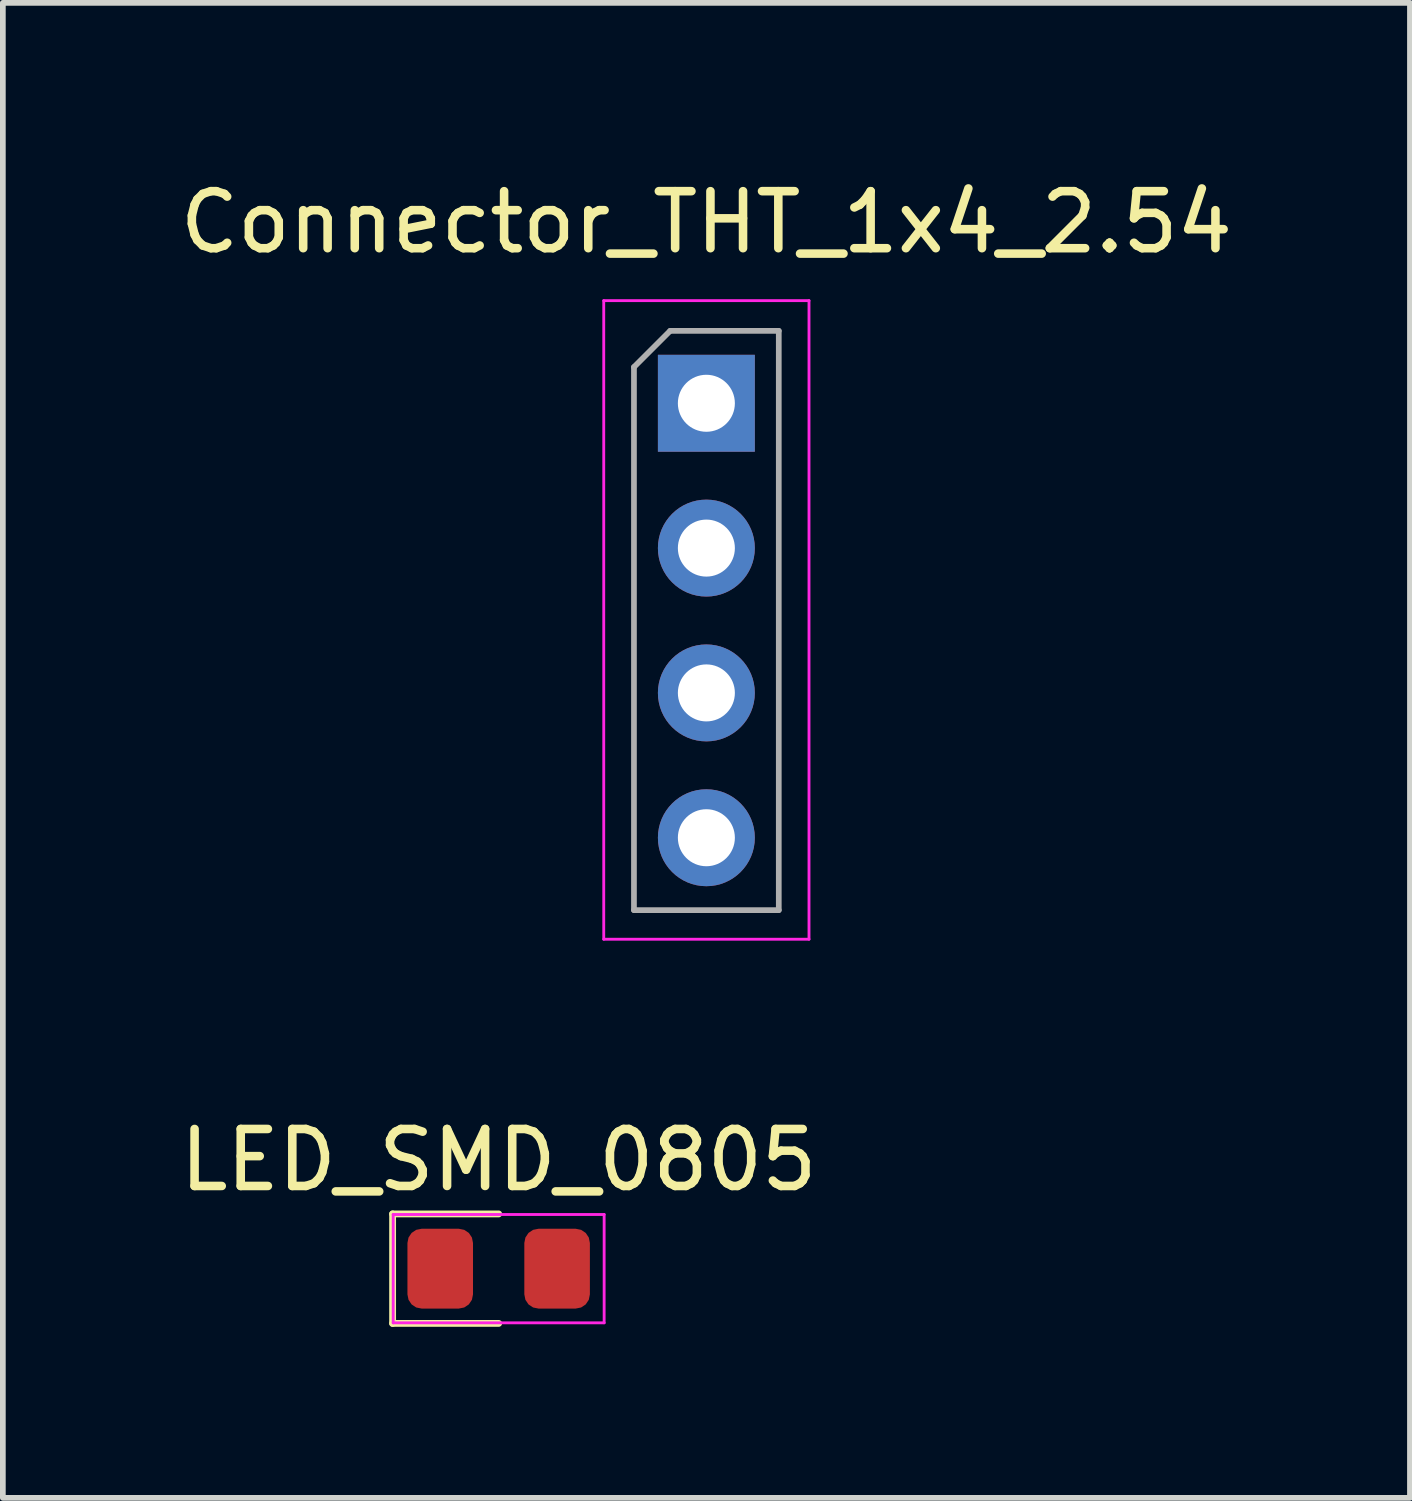
<source format=kicad_pcb>
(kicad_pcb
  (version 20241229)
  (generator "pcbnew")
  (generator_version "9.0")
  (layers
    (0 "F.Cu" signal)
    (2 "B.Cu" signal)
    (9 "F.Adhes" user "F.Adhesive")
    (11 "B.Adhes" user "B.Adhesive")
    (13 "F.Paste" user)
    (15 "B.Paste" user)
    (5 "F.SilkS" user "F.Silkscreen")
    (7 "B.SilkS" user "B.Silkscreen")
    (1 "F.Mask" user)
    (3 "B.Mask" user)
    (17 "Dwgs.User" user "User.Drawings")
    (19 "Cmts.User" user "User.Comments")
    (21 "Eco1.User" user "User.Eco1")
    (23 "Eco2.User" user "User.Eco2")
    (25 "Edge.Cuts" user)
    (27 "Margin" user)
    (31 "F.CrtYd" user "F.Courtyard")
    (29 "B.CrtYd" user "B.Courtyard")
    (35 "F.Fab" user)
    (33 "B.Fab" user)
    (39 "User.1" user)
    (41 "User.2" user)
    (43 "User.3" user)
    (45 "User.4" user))
  (footprint "Connector_THT_1x4_2.54"
    (layer "F.Cu")
    (at 9.339 4.023)
    (property "Reference" "Connector_THT_1x4_2.54" (at 0 -3.175 0) (layer "F.SilkS") (effects (font (size 1 1) (thickness 0.15))))
    (attr through_hole)
    (fp_line (start -1.8 -1.8) (end -1.8 9.4) (stroke (width 0.05) (type solid)) (layer "F.CrtYd"))
    (fp_line (start -1.8 9.4) (end 1.8 9.4) (stroke (width 0.05) (type solid)) (layer "F.CrtYd"))
    (fp_line (start 1.8 -1.8) (end -1.8 -1.8) (stroke (width 0.05) (type solid)) (layer "F.CrtYd"))
    (fp_line (start 1.8 9.4) (end 1.8 -1.8) (stroke (width 0.05) (type solid)) (layer "F.CrtYd"))
    (fp_line (start -1.27 -0.635) (end -0.635 -1.27) (stroke (width 0.1) (type solid)) (layer "F.Fab"))
    (fp_line (start -1.27 8.89) (end -1.27 -0.635) (stroke (width 0.1) (type solid)) (layer "F.Fab"))
    (fp_line (start -0.635 -1.27) (end 1.27 -1.27) (stroke (width 0.1) (type solid)) (layer "F.Fab"))
    (fp_line (start 1.27 -1.27) (end 1.27 8.89) (stroke (width 0.1) (type solid)) (layer "F.Fab"))
    (fp_line (start 1.27 8.89) (end -1.27 8.89) (stroke (width 0.1) (type solid)) (layer "F.Fab"))
    (pad "1" thru_hole rect (at 0 0) (size 1.7 1.7) (drill 1) (layers "*.Cu" "*.Mask"))
    (pad "2" thru_hole oval (at 0 2.54) (size 1.7 1.7) (drill 1) (layers "*.Cu" "*.Mask"))
    (pad "3" thru_hole oval (at 0 5.08) (size 1.7 1.7) (drill 1) (layers "*.Cu" "*.Mask"))
    (pad "4" thru_hole oval (at 0 7.62) (size 1.7 1.7) (drill 1) (layers "*.Cu" "*.Mask")))
  (footprint "LED_SMD_0805"
    (layer "F.Cu")
    (at 5.696 19.201)
    (property "Reference" "LED_SMD_0805" (at 0 -1.905 0) (layer "F.SilkS") (effects (font (size 1 1) (thickness 0.15))))
    (attr through_hole)
    (fp_line (start -1.86 -0.96) (end -1.86 0.96) (stroke (width 0.12) (type solid)) (layer "F.SilkS"))
    (fp_line (start -1.86 0.96) (end 0 0.96) (stroke (width 0.12) (type solid)) (layer "F.SilkS"))
    (fp_line (start 0 -0.96) (end -1.86 -0.96) (stroke (width 0.12) (type solid)) (layer "F.SilkS"))
    (fp_line (start -1.85 -0.95) (end 1.85 -0.95) (stroke (width 0.05) (type solid)) (layer "F.CrtYd"))
    (fp_line (start -1.85 0.95) (end -1.85 -0.95) (stroke (width 0.05) (type solid)) (layer "F.CrtYd"))
    (fp_line (start 1.85 -0.95) (end 1.85 0.95) (stroke (width 0.05) (type solid)) (layer "F.CrtYd"))
    (fp_line (start 1.85 0.95) (end -1.85 0.95) (stroke (width 0.05) (type solid)) (layer "F.CrtYd"))
    (pad "1" smd roundrect (at -1.025 0) (size 1.15 1.4) (layers "F.Cu" "F.Mask" "F.Paste") (roundrect_rratio 0.217))
    (pad "2" smd roundrect (at 1.025 0) (size 1.15 1.4) (layers "F.Cu" "F.Mask" "F.Paste") (roundrect_rratio 0.217)))
  (gr_rect
    (start -3 -3)
    (end 21.679 23.221)
    (stroke (width 0.1) (type default))
    (fill no)
    (layer "Edge.Cuts")))
</source>
